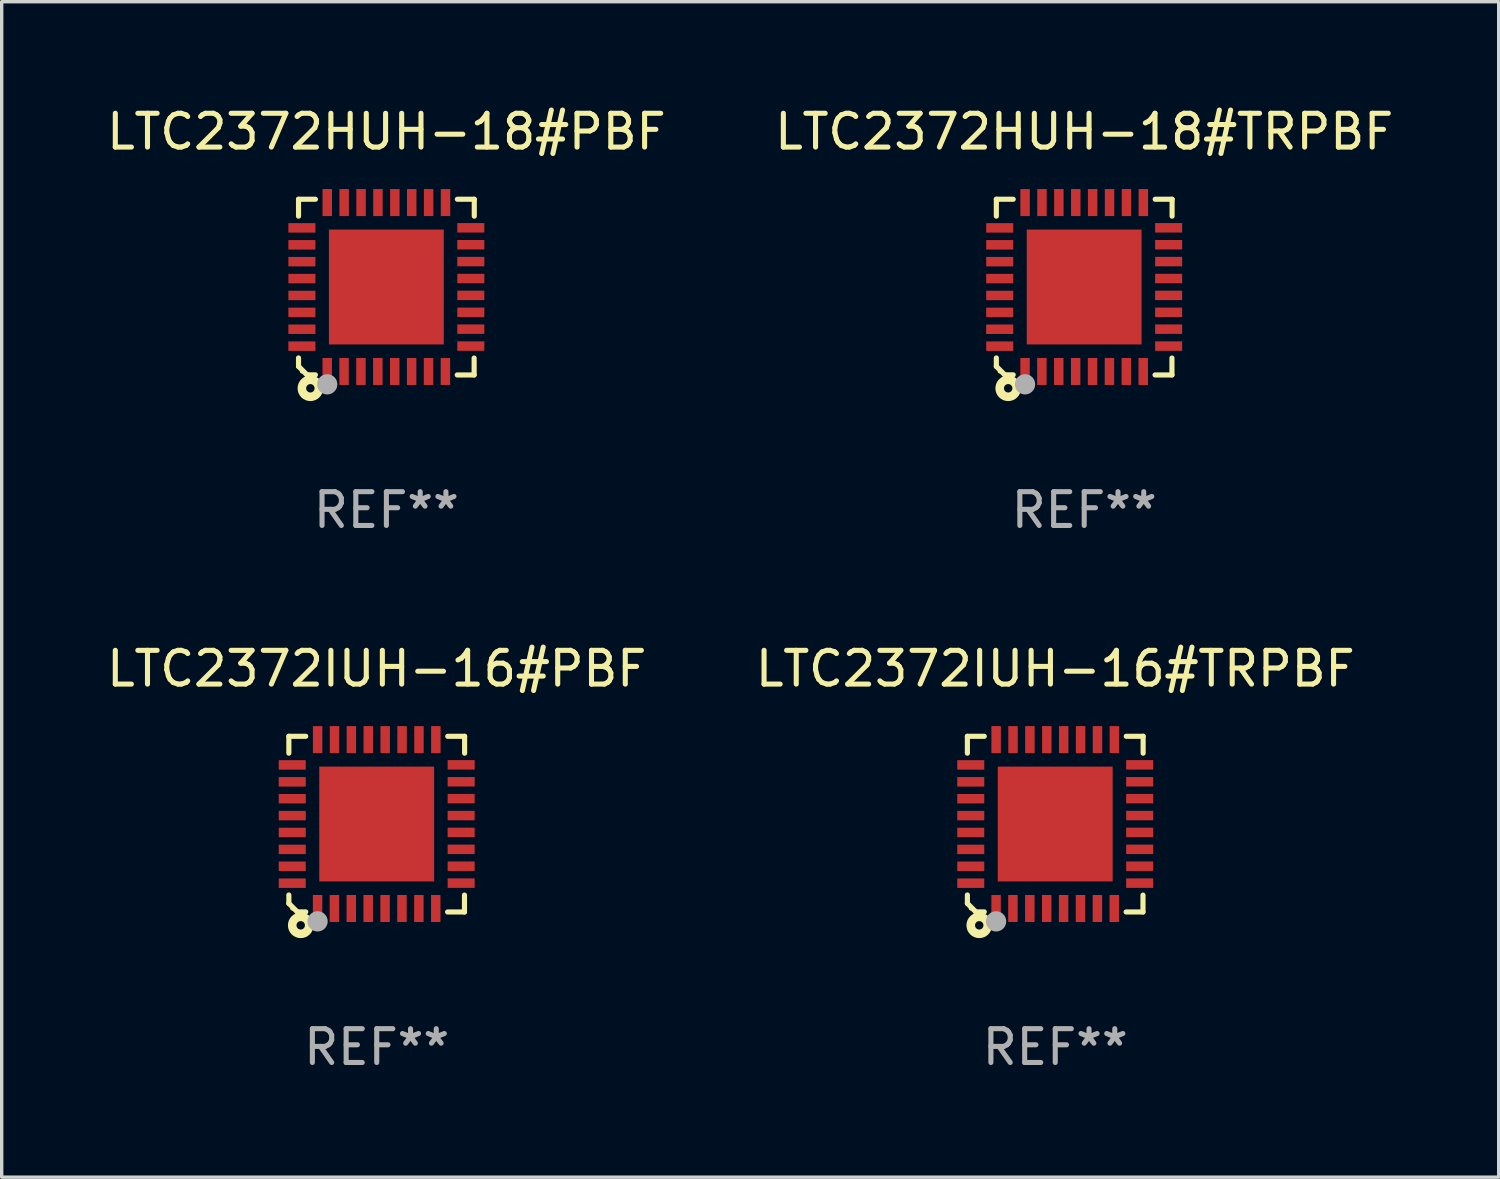
<source format=kicad_pcb>
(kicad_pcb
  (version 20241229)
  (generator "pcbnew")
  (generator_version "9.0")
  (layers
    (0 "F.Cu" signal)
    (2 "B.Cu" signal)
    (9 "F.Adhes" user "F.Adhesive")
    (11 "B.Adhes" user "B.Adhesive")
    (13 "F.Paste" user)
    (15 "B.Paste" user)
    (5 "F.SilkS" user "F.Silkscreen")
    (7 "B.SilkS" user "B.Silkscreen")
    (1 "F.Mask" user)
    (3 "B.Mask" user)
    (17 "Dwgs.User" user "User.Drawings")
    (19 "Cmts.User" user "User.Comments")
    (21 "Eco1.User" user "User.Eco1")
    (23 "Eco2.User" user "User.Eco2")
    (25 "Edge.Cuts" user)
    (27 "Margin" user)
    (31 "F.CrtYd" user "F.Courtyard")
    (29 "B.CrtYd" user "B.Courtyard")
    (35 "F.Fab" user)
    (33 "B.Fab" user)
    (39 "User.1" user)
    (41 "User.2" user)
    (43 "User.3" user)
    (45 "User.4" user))
  (footprint "LTC2372HUH-18#PBF"
    (layer "F.Cu")
    (at 8.387 5.448)
    (property "Reference" "LTC2372HUH-18#PBF" (at 0 -4.6 0) (layer "F.SilkS") (effects (font (size 1 1) (thickness 0.15))))
    (attr through_hole)
    (fp_line (start -2.601 2.097) (end -2.601 2.347) (stroke (width 0.152) (type solid)) (layer "F.SilkS"))
    (fp_line (start -2.601 2.347) (end -2.351 2.597) (stroke (width 0.152) (type solid)) (layer "F.SilkS"))
    (fp_line (start -2.601 -2.6) (end -2.601 -2.1) (stroke (width 0.152) (type solid)) (layer "F.SilkS"))
    (fp_line (start -2.601 -2.6) (end -2.101 -2.6) (stroke (width 0.152) (type solid)) (layer "F.SilkS"))
    (fp_line (start -2.351 2.597) (end -2.101 2.597) (stroke (width 0.152) (type solid)) (layer "F.SilkS"))
    (fp_line (start 2.597 2.6) (end 2.097 2.6) (stroke (width 0.152) (type solid)) (layer "F.SilkS"))
    (fp_line (start 2.597 2.6) (end 2.597 2.1) (stroke (width 0.152) (type solid)) (layer "F.SilkS"))
    (fp_line (start 2.601 -2.6) (end 2.101 -2.6) (stroke (width 0.152) (type solid)) (layer "F.SilkS"))
    (fp_line (start 2.601 -2.6) (end 2.601 -2.1) (stroke (width 0.152) (type solid)) (layer "F.SilkS"))
    (fp_circle (center -2.501 2.497) (end -2.471 2.497) (stroke (width 0.06) (type solid)) (fill no) (layer "F.SilkS"))
    (fp_circle (center -2.25 2.995) (end -2.125 2.995) (stroke (width 0.254) (type solid)) (fill no) (layer "F.SilkS"))
    (fp_circle (center -1.751 2.878) (end -1.601 2.878) (stroke (width 0.3) (type solid)) (fill no) (layer "F.Fab"))
    (fp_text user "REF**" (at 0 6.6 0) (layer "F.Fab") (effects (font (size 1 1) (thickness 0.15))))
    (pad "1" smd rect (at -1.751 2.497) (size 0.28 0.8) (layers "F.Cu" "F.Mask" "F.Paste"))
    (pad "2" smd rect (at -1.253 2.497) (size 0.28 0.8) (layers "F.Cu" "F.Mask" "F.Paste"))
    (pad "3" smd rect (at -0.753 2.497) (size 0.28 0.8) (layers "F.Cu" "F.Mask" "F.Paste"))
    (pad "4" smd rect (at -0.253 2.497) (size 0.28 0.8) (layers "F.Cu" "F.Mask" "F.Paste"))
    (pad "5" smd rect (at 0.247 2.497) (size 0.28 0.8) (layers "F.Cu" "F.Mask" "F.Paste"))
    (pad "6" smd rect (at 0.747 2.497) (size 0.28 0.8) (layers "F.Cu" "F.Mask" "F.Paste"))
    (pad "7" smd rect (at 1.247 2.497) (size 0.28 0.8) (layers "F.Cu" "F.Mask" "F.Paste"))
    (pad "8" smd rect (at 1.747 2.497) (size 0.28 0.8) (layers "F.Cu" "F.Mask" "F.Paste"))
    (pad "9" smd rect (at 2.499 1.746) (size 0.8 0.28) (layers "F.Cu" "F.Mask" "F.Paste"))
    (pad "10" smd rect (at 2.499 1.245) (size 0.8 0.28) (layers "F.Cu" "F.Mask" "F.Paste"))
    (pad "11" smd rect (at 2.499 0.746) (size 0.8 0.28) (layers "F.Cu" "F.Mask" "F.Paste"))
    (pad "12" smd rect (at 2.499 0.245) (size 0.8 0.28) (layers "F.Cu" "F.Mask" "F.Paste"))
    (pad "13" smd rect (at 2.499 -0.254) (size 0.8 0.28) (layers "F.Cu" "F.Mask" "F.Paste"))
    (pad "14" smd rect (at 2.499 -0.755) (size 0.8 0.28) (layers "F.Cu" "F.Mask" "F.Paste"))
    (pad "15" smd rect (at 2.499 -1.254) (size 0.8 0.28) (layers "F.Cu" "F.Mask" "F.Paste"))
    (pad "16" smd rect (at 2.499 -1.755) (size 0.8 0.28) (layers "F.Cu" "F.Mask" "F.Paste"))
    (pad "17" smd rect (at 1.75 -2.502) (size 0.28 0.8) (layers "F.Cu" "F.Mask" "F.Paste"))
    (pad "18" smd rect (at 1.25 -2.502) (size 0.28 0.8) (layers "F.Cu" "F.Mask" "F.Paste"))
    (pad "19" smd rect (at 0.75 -2.502) (size 0.28 0.8) (layers "F.Cu" "F.Mask" "F.Paste"))
    (pad "20" smd rect (at 0.25 -2.502) (size 0.28 0.8) (layers "F.Cu" "F.Mask" "F.Paste"))
    (pad "21" smd rect (at -0.25 -2.502) (size 0.28 0.8) (layers "F.Cu" "F.Mask" "F.Paste"))
    (pad "22" smd rect (at -0.75 -2.502) (size 0.28 0.8) (layers "F.Cu" "F.Mask" "F.Paste"))
    (pad "23" smd rect (at -1.25 -2.502) (size 0.28 0.8) (layers "F.Cu" "F.Mask" "F.Paste"))
    (pad "24" smd rect (at -1.75 -2.502) (size 0.28 0.8) (layers "F.Cu" "F.Mask" "F.Paste"))
    (pad "25" smd rect (at -2.501 -1.753) (size 0.8 0.28) (layers "F.Cu" "F.Mask" "F.Paste"))
    (pad "26" smd rect (at -2.501 -1.252) (size 0.8 0.28) (layers "F.Cu" "F.Mask" "F.Paste"))
    (pad "27" smd rect (at -2.501 -0.753) (size 0.8 0.28) (layers "F.Cu" "F.Mask" "F.Paste"))
    (pad "28" smd rect (at -2.501 -0.252) (size 0.8 0.28) (layers "F.Cu" "F.Mask" "F.Paste"))
    (pad "29" smd rect (at -2.501 0.247) (size 0.8 0.28) (layers "F.Cu" "F.Mask" "F.Paste"))
    (pad "30" smd rect (at -2.501 0.748) (size 0.8 0.28) (layers "F.Cu" "F.Mask" "F.Paste"))
    (pad "31" smd rect (at -2.501 1.247) (size 0.8 0.28) (layers "F.Cu" "F.Mask" "F.Paste"))
    (pad "32" smd rect (at -2.501 1.748) (size 0.8 0.28) (layers "F.Cu" "F.Mask" "F.Paste"))
    (pad "33" smd rect (at -0.001 -0.003 180) (size 3.4 3.4) (layers "F.Cu" "F.Mask" "F.Paste")))
  (footprint "LTC2372IUH-16#PBF"
    (layer "F.Cu")
    (at 8.101 21.344)
    (property "Reference" "LTC2372IUH-16#PBF" (at 0 -4.6 0) (layer "F.SilkS") (effects (font (size 1 1) (thickness 0.15))))
    (attr through_hole)
    (fp_line (start -2.601 2.097) (end -2.601 2.347) (stroke (width 0.152) (type solid)) (layer "F.SilkS"))
    (fp_line (start -2.601 2.347) (end -2.351 2.597) (stroke (width 0.152) (type solid)) (layer "F.SilkS"))
    (fp_line (start -2.601 -2.6) (end -2.601 -2.1) (stroke (width 0.152) (type solid)) (layer "F.SilkS"))
    (fp_line (start -2.601 -2.6) (end -2.101 -2.6) (stroke (width 0.152) (type solid)) (layer "F.SilkS"))
    (fp_line (start -2.351 2.597) (end -2.101 2.597) (stroke (width 0.152) (type solid)) (layer "F.SilkS"))
    (fp_line (start 2.597 2.6) (end 2.097 2.6) (stroke (width 0.152) (type solid)) (layer "F.SilkS"))
    (fp_line (start 2.597 2.6) (end 2.597 2.1) (stroke (width 0.152) (type solid)) (layer "F.SilkS"))
    (fp_line (start 2.601 -2.6) (end 2.101 -2.6) (stroke (width 0.152) (type solid)) (layer "F.SilkS"))
    (fp_line (start 2.601 -2.6) (end 2.601 -2.1) (stroke (width 0.152) (type solid)) (layer "F.SilkS"))
    (fp_circle (center -2.501 2.497) (end -2.471 2.497) (stroke (width 0.06) (type solid)) (fill no) (layer "F.SilkS"))
    (fp_circle (center -2.25 2.995) (end -2.125 2.995) (stroke (width 0.254) (type solid)) (fill no) (layer "F.SilkS"))
    (fp_circle (center -1.751 2.878) (end -1.601 2.878) (stroke (width 0.3) (type solid)) (fill no) (layer "F.Fab"))
    (fp_text user "REF**" (at 0 6.6 0) (layer "F.Fab") (effects (font (size 1 1) (thickness 0.15))))
    (pad "1" smd rect (at -1.751 2.497) (size 0.28 0.8) (layers "F.Cu" "F.Mask" "F.Paste"))
    (pad "2" smd rect (at -1.253 2.497) (size 0.28 0.8) (layers "F.Cu" "F.Mask" "F.Paste"))
    (pad "3" smd rect (at -0.753 2.497) (size 0.28 0.8) (layers "F.Cu" "F.Mask" "F.Paste"))
    (pad "4" smd rect (at -0.253 2.497) (size 0.28 0.8) (layers "F.Cu" "F.Mask" "F.Paste"))
    (pad "5" smd rect (at 0.247 2.497) (size 0.28 0.8) (layers "F.Cu" "F.Mask" "F.Paste"))
    (pad "6" smd rect (at 0.747 2.497) (size 0.28 0.8) (layers "F.Cu" "F.Mask" "F.Paste"))
    (pad "7" smd rect (at 1.247 2.497) (size 0.28 0.8) (layers "F.Cu" "F.Mask" "F.Paste"))
    (pad "8" smd rect (at 1.747 2.497) (size 0.28 0.8) (layers "F.Cu" "F.Mask" "F.Paste"))
    (pad "9" smd rect (at 2.499 1.746) (size 0.8 0.28) (layers "F.Cu" "F.Mask" "F.Paste"))
    (pad "10" smd rect (at 2.499 1.245) (size 0.8 0.28) (layers "F.Cu" "F.Mask" "F.Paste"))
    (pad "11" smd rect (at 2.499 0.746) (size 0.8 0.28) (layers "F.Cu" "F.Mask" "F.Paste"))
    (pad "12" smd rect (at 2.499 0.245) (size 0.8 0.28) (layers "F.Cu" "F.Mask" "F.Paste"))
    (pad "13" smd rect (at 2.499 -0.254) (size 0.8 0.28) (layers "F.Cu" "F.Mask" "F.Paste"))
    (pad "14" smd rect (at 2.499 -0.755) (size 0.8 0.28) (layers "F.Cu" "F.Mask" "F.Paste"))
    (pad "15" smd rect (at 2.499 -1.254) (size 0.8 0.28) (layers "F.Cu" "F.Mask" "F.Paste"))
    (pad "16" smd rect (at 2.499 -1.755) (size 0.8 0.28) (layers "F.Cu" "F.Mask" "F.Paste"))
    (pad "17" smd rect (at 1.75 -2.502) (size 0.28 0.8) (layers "F.Cu" "F.Mask" "F.Paste"))
    (pad "18" smd rect (at 1.25 -2.502) (size 0.28 0.8) (layers "F.Cu" "F.Mask" "F.Paste"))
    (pad "19" smd rect (at 0.75 -2.502) (size 0.28 0.8) (layers "F.Cu" "F.Mask" "F.Paste"))
    (pad "20" smd rect (at 0.25 -2.502) (size 0.28 0.8) (layers "F.Cu" "F.Mask" "F.Paste"))
    (pad "21" smd rect (at -0.25 -2.502) (size 0.28 0.8) (layers "F.Cu" "F.Mask" "F.Paste"))
    (pad "22" smd rect (at -0.75 -2.502) (size 0.28 0.8) (layers "F.Cu" "F.Mask" "F.Paste"))
    (pad "23" smd rect (at -1.25 -2.502) (size 0.28 0.8) (layers "F.Cu" "F.Mask" "F.Paste"))
    (pad "24" smd rect (at -1.75 -2.502) (size 0.28 0.8) (layers "F.Cu" "F.Mask" "F.Paste"))
    (pad "25" smd rect (at -2.501 -1.753) (size 0.8 0.28) (layers "F.Cu" "F.Mask" "F.Paste"))
    (pad "26" smd rect (at -2.501 -1.252) (size 0.8 0.28) (layers "F.Cu" "F.Mask" "F.Paste"))
    (pad "27" smd rect (at -2.501 -0.753) (size 0.8 0.28) (layers "F.Cu" "F.Mask" "F.Paste"))
    (pad "28" smd rect (at -2.501 -0.252) (size 0.8 0.28) (layers "F.Cu" "F.Mask" "F.Paste"))
    (pad "29" smd rect (at -2.501 0.247) (size 0.8 0.28) (layers "F.Cu" "F.Mask" "F.Paste"))
    (pad "30" smd rect (at -2.501 0.748) (size 0.8 0.28) (layers "F.Cu" "F.Mask" "F.Paste"))
    (pad "31" smd rect (at -2.501 1.247) (size 0.8 0.28) (layers "F.Cu" "F.Mask" "F.Paste"))
    (pad "32" smd rect (at -2.501 1.748) (size 0.8 0.28) (layers "F.Cu" "F.Mask" "F.Paste"))
    (pad "33" smd rect (at -0.001 -0.003 180) (size 3.4 3.4) (layers "F.Cu" "F.Mask" "F.Paste")))
  (footprint "LTC2372IUH-16#TRPBF"
    (layer "F.Cu")
    (at 28.185 21.344)
    (property "Reference" "LTC2372IUH-16#TRPBF" (at 0 -4.6 0) (layer "F.SilkS") (effects (font (size 1 1) (thickness 0.15))))
    (attr through_hole)
    (fp_line (start -2.601 2.097) (end -2.601 2.347) (stroke (width 0.152) (type solid)) (layer "F.SilkS"))
    (fp_line (start -2.601 2.347) (end -2.351 2.597) (stroke (width 0.152) (type solid)) (layer "F.SilkS"))
    (fp_line (start -2.601 -2.6) (end -2.601 -2.1) (stroke (width 0.152) (type solid)) (layer "F.SilkS"))
    (fp_line (start -2.601 -2.6) (end -2.101 -2.6) (stroke (width 0.152) (type solid)) (layer "F.SilkS"))
    (fp_line (start -2.351 2.597) (end -2.101 2.597) (stroke (width 0.152) (type solid)) (layer "F.SilkS"))
    (fp_line (start 2.597 2.6) (end 2.097 2.6) (stroke (width 0.152) (type solid)) (layer "F.SilkS"))
    (fp_line (start 2.597 2.6) (end 2.597 2.1) (stroke (width 0.152) (type solid)) (layer "F.SilkS"))
    (fp_line (start 2.601 -2.6) (end 2.101 -2.6) (stroke (width 0.152) (type solid)) (layer "F.SilkS"))
    (fp_line (start 2.601 -2.6) (end 2.601 -2.1) (stroke (width 0.152) (type solid)) (layer "F.SilkS"))
    (fp_circle (center -2.501 2.497) (end -2.471 2.497) (stroke (width 0.06) (type solid)) (fill no) (layer "F.SilkS"))
    (fp_circle (center -2.25 2.995) (end -2.125 2.995) (stroke (width 0.254) (type solid)) (fill no) (layer "F.SilkS"))
    (fp_circle (center -1.751 2.878) (end -1.601 2.878) (stroke (width 0.3) (type solid)) (fill no) (layer "F.Fab"))
    (fp_text user "REF**" (at 0 6.6 0) (layer "F.Fab") (effects (font (size 1 1) (thickness 0.15))))
    (pad "1" smd rect (at -1.751 2.497) (size 0.28 0.8) (layers "F.Cu" "F.Mask" "F.Paste"))
    (pad "2" smd rect (at -1.253 2.497) (size 0.28 0.8) (layers "F.Cu" "F.Mask" "F.Paste"))
    (pad "3" smd rect (at -0.753 2.497) (size 0.28 0.8) (layers "F.Cu" "F.Mask" "F.Paste"))
    (pad "4" smd rect (at -0.253 2.497) (size 0.28 0.8) (layers "F.Cu" "F.Mask" "F.Paste"))
    (pad "5" smd rect (at 0.247 2.497) (size 0.28 0.8) (layers "F.Cu" "F.Mask" "F.Paste"))
    (pad "6" smd rect (at 0.747 2.497) (size 0.28 0.8) (layers "F.Cu" "F.Mask" "F.Paste"))
    (pad "7" smd rect (at 1.247 2.497) (size 0.28 0.8) (layers "F.Cu" "F.Mask" "F.Paste"))
    (pad "8" smd rect (at 1.747 2.497) (size 0.28 0.8) (layers "F.Cu" "F.Mask" "F.Paste"))
    (pad "9" smd rect (at 2.499 1.746) (size 0.8 0.28) (layers "F.Cu" "F.Mask" "F.Paste"))
    (pad "10" smd rect (at 2.499 1.245) (size 0.8 0.28) (layers "F.Cu" "F.Mask" "F.Paste"))
    (pad "11" smd rect (at 2.499 0.746) (size 0.8 0.28) (layers "F.Cu" "F.Mask" "F.Paste"))
    (pad "12" smd rect (at 2.499 0.245) (size 0.8 0.28) (layers "F.Cu" "F.Mask" "F.Paste"))
    (pad "13" smd rect (at 2.499 -0.254) (size 0.8 0.28) (layers "F.Cu" "F.Mask" "F.Paste"))
    (pad "14" smd rect (at 2.499 -0.755) (size 0.8 0.28) (layers "F.Cu" "F.Mask" "F.Paste"))
    (pad "15" smd rect (at 2.499 -1.254) (size 0.8 0.28) (layers "F.Cu" "F.Mask" "F.Paste"))
    (pad "16" smd rect (at 2.499 -1.755) (size 0.8 0.28) (layers "F.Cu" "F.Mask" "F.Paste"))
    (pad "17" smd rect (at 1.75 -2.502) (size 0.28 0.8) (layers "F.Cu" "F.Mask" "F.Paste"))
    (pad "18" smd rect (at 1.25 -2.502) (size 0.28 0.8) (layers "F.Cu" "F.Mask" "F.Paste"))
    (pad "19" smd rect (at 0.75 -2.502) (size 0.28 0.8) (layers "F.Cu" "F.Mask" "F.Paste"))
    (pad "20" smd rect (at 0.25 -2.502) (size 0.28 0.8) (layers "F.Cu" "F.Mask" "F.Paste"))
    (pad "21" smd rect (at -0.25 -2.502) (size 0.28 0.8) (layers "F.Cu" "F.Mask" "F.Paste"))
    (pad "22" smd rect (at -0.75 -2.502) (size 0.28 0.8) (layers "F.Cu" "F.Mask" "F.Paste"))
    (pad "23" smd rect (at -1.25 -2.502) (size 0.28 0.8) (layers "F.Cu" "F.Mask" "F.Paste"))
    (pad "24" smd rect (at -1.75 -2.502) (size 0.28 0.8) (layers "F.Cu" "F.Mask" "F.Paste"))
    (pad "25" smd rect (at -2.501 -1.753) (size 0.8 0.28) (layers "F.Cu" "F.Mask" "F.Paste"))
    (pad "26" smd rect (at -2.501 -1.252) (size 0.8 0.28) (layers "F.Cu" "F.Mask" "F.Paste"))
    (pad "27" smd rect (at -2.501 -0.753) (size 0.8 0.28) (layers "F.Cu" "F.Mask" "F.Paste"))
    (pad "28" smd rect (at -2.501 -0.252) (size 0.8 0.28) (layers "F.Cu" "F.Mask" "F.Paste"))
    (pad "29" smd rect (at -2.501 0.247) (size 0.8 0.28) (layers "F.Cu" "F.Mask" "F.Paste"))
    (pad "30" smd rect (at -2.501 0.748) (size 0.8 0.28) (layers "F.Cu" "F.Mask" "F.Paste"))
    (pad "31" smd rect (at -2.501 1.247) (size 0.8 0.28) (layers "F.Cu" "F.Mask" "F.Paste"))
    (pad "32" smd rect (at -2.501 1.748) (size 0.8 0.28) (layers "F.Cu" "F.Mask" "F.Paste"))
    (pad "33" smd rect (at -0.001 -0.003 180) (size 3.4 3.4) (layers "F.Cu" "F.Mask" "F.Paste")))
  (footprint "LTC2372HUH-18#TRPBF"
    (layer "F.Cu")
    (at 29.042 5.448)
    (property "Reference" "LTC2372HUH-18#TRPBF" (at 0 -4.6 0) (layer "F.SilkS") (effects (font (size 1 1) (thickness 0.15))))
    (attr through_hole)
    (fp_line (start -2.601 2.097) (end -2.601 2.347) (stroke (width 0.152) (type solid)) (layer "F.SilkS"))
    (fp_line (start -2.601 2.347) (end -2.351 2.597) (stroke (width 0.152) (type solid)) (layer "F.SilkS"))
    (fp_line (start -2.601 -2.6) (end -2.601 -2.1) (stroke (width 0.152) (type solid)) (layer "F.SilkS"))
    (fp_line (start -2.601 -2.6) (end -2.101 -2.6) (stroke (width 0.152) (type solid)) (layer "F.SilkS"))
    (fp_line (start -2.351 2.597) (end -2.101 2.597) (stroke (width 0.152) (type solid)) (layer "F.SilkS"))
    (fp_line (start 2.597 2.6) (end 2.097 2.6) (stroke (width 0.152) (type solid)) (layer "F.SilkS"))
    (fp_line (start 2.597 2.6) (end 2.597 2.1) (stroke (width 0.152) (type solid)) (layer "F.SilkS"))
    (fp_line (start 2.601 -2.6) (end 2.101 -2.6) (stroke (width 0.152) (type solid)) (layer "F.SilkS"))
    (fp_line (start 2.601 -2.6) (end 2.601 -2.1) (stroke (width 0.152) (type solid)) (layer "F.SilkS"))
    (fp_circle (center -2.501 2.497) (end -2.471 2.497) (stroke (width 0.06) (type solid)) (fill no) (layer "F.SilkS"))
    (fp_circle (center -2.25 2.995) (end -2.125 2.995) (stroke (width 0.254) (type solid)) (fill no) (layer "F.SilkS"))
    (fp_circle (center -1.751 2.878) (end -1.601 2.878) (stroke (width 0.3) (type solid)) (fill no) (layer "F.Fab"))
    (fp_text user "REF**" (at 0 6.6 0) (layer "F.Fab") (effects (font (size 1 1) (thickness 0.15))))
    (pad "1" smd rect (at -1.751 2.497) (size 0.28 0.8) (layers "F.Cu" "F.Mask" "F.Paste"))
    (pad "2" smd rect (at -1.253 2.497) (size 0.28 0.8) (layers "F.Cu" "F.Mask" "F.Paste"))
    (pad "3" smd rect (at -0.753 2.497) (size 0.28 0.8) (layers "F.Cu" "F.Mask" "F.Paste"))
    (pad "4" smd rect (at -0.253 2.497) (size 0.28 0.8) (layers "F.Cu" "F.Mask" "F.Paste"))
    (pad "5" smd rect (at 0.247 2.497) (size 0.28 0.8) (layers "F.Cu" "F.Mask" "F.Paste"))
    (pad "6" smd rect (at 0.747 2.497) (size 0.28 0.8) (layers "F.Cu" "F.Mask" "F.Paste"))
    (pad "7" smd rect (at 1.247 2.497) (size 0.28 0.8) (layers "F.Cu" "F.Mask" "F.Paste"))
    (pad "8" smd rect (at 1.747 2.497) (size 0.28 0.8) (layers "F.Cu" "F.Mask" "F.Paste"))
    (pad "9" smd rect (at 2.499 1.746) (size 0.8 0.28) (layers "F.Cu" "F.Mask" "F.Paste"))
    (pad "10" smd rect (at 2.499 1.245) (size 0.8 0.28) (layers "F.Cu" "F.Mask" "F.Paste"))
    (pad "11" smd rect (at 2.499 0.746) (size 0.8 0.28) (layers "F.Cu" "F.Mask" "F.Paste"))
    (pad "12" smd rect (at 2.499 0.245) (size 0.8 0.28) (layers "F.Cu" "F.Mask" "F.Paste"))
    (pad "13" smd rect (at 2.499 -0.254) (size 0.8 0.28) (layers "F.Cu" "F.Mask" "F.Paste"))
    (pad "14" smd rect (at 2.499 -0.755) (size 0.8 0.28) (layers "F.Cu" "F.Mask" "F.Paste"))
    (pad "15" smd rect (at 2.499 -1.254) (size 0.8 0.28) (layers "F.Cu" "F.Mask" "F.Paste"))
    (pad "16" smd rect (at 2.499 -1.755) (size 0.8 0.28) (layers "F.Cu" "F.Mask" "F.Paste"))
    (pad "17" smd rect (at 1.75 -2.502) (size 0.28 0.8) (layers "F.Cu" "F.Mask" "F.Paste"))
    (pad "18" smd rect (at 1.25 -2.502) (size 0.28 0.8) (layers "F.Cu" "F.Mask" "F.Paste"))
    (pad "19" smd rect (at 0.75 -2.502) (size 0.28 0.8) (layers "F.Cu" "F.Mask" "F.Paste"))
    (pad "20" smd rect (at 0.25 -2.502) (size 0.28 0.8) (layers "F.Cu" "F.Mask" "F.Paste"))
    (pad "21" smd rect (at -0.25 -2.502) (size 0.28 0.8) (layers "F.Cu" "F.Mask" "F.Paste"))
    (pad "22" smd rect (at -0.75 -2.502) (size 0.28 0.8) (layers "F.Cu" "F.Mask" "F.Paste"))
    (pad "23" smd rect (at -1.25 -2.502) (size 0.28 0.8) (layers "F.Cu" "F.Mask" "F.Paste"))
    (pad "24" smd rect (at -1.75 -2.502) (size 0.28 0.8) (layers "F.Cu" "F.Mask" "F.Paste"))
    (pad "25" smd rect (at -2.501 -1.753) (size 0.8 0.28) (layers "F.Cu" "F.Mask" "F.Paste"))
    (pad "26" smd rect (at -2.501 -1.252) (size 0.8 0.28) (layers "F.Cu" "F.Mask" "F.Paste"))
    (pad "27" smd rect (at -2.501 -0.753) (size 0.8 0.28) (layers "F.Cu" "F.Mask" "F.Paste"))
    (pad "28" smd rect (at -2.501 -0.252) (size 0.8 0.28) (layers "F.Cu" "F.Mask" "F.Paste"))
    (pad "29" smd rect (at -2.501 0.247) (size 0.8 0.28) (layers "F.Cu" "F.Mask" "F.Paste"))
    (pad "30" smd rect (at -2.501 0.748) (size 0.8 0.28) (layers "F.Cu" "F.Mask" "F.Paste"))
    (pad "31" smd rect (at -2.501 1.247) (size 0.8 0.28) (layers "F.Cu" "F.Mask" "F.Paste"))
    (pad "32" smd rect (at -2.501 1.748) (size 0.8 0.28) (layers "F.Cu" "F.Mask" "F.Paste"))
    (pad "33" smd rect (at -0.001 -0.003 180) (size 3.4 3.4) (layers "F.Cu" "F.Mask" "F.Paste")))
  (gr_rect
    (start -3 -3)
    (end 41.31 31.793)
    (stroke (width 0.1) (type default))
    (fill no)
    (layer "Edge.Cuts")))
</source>
